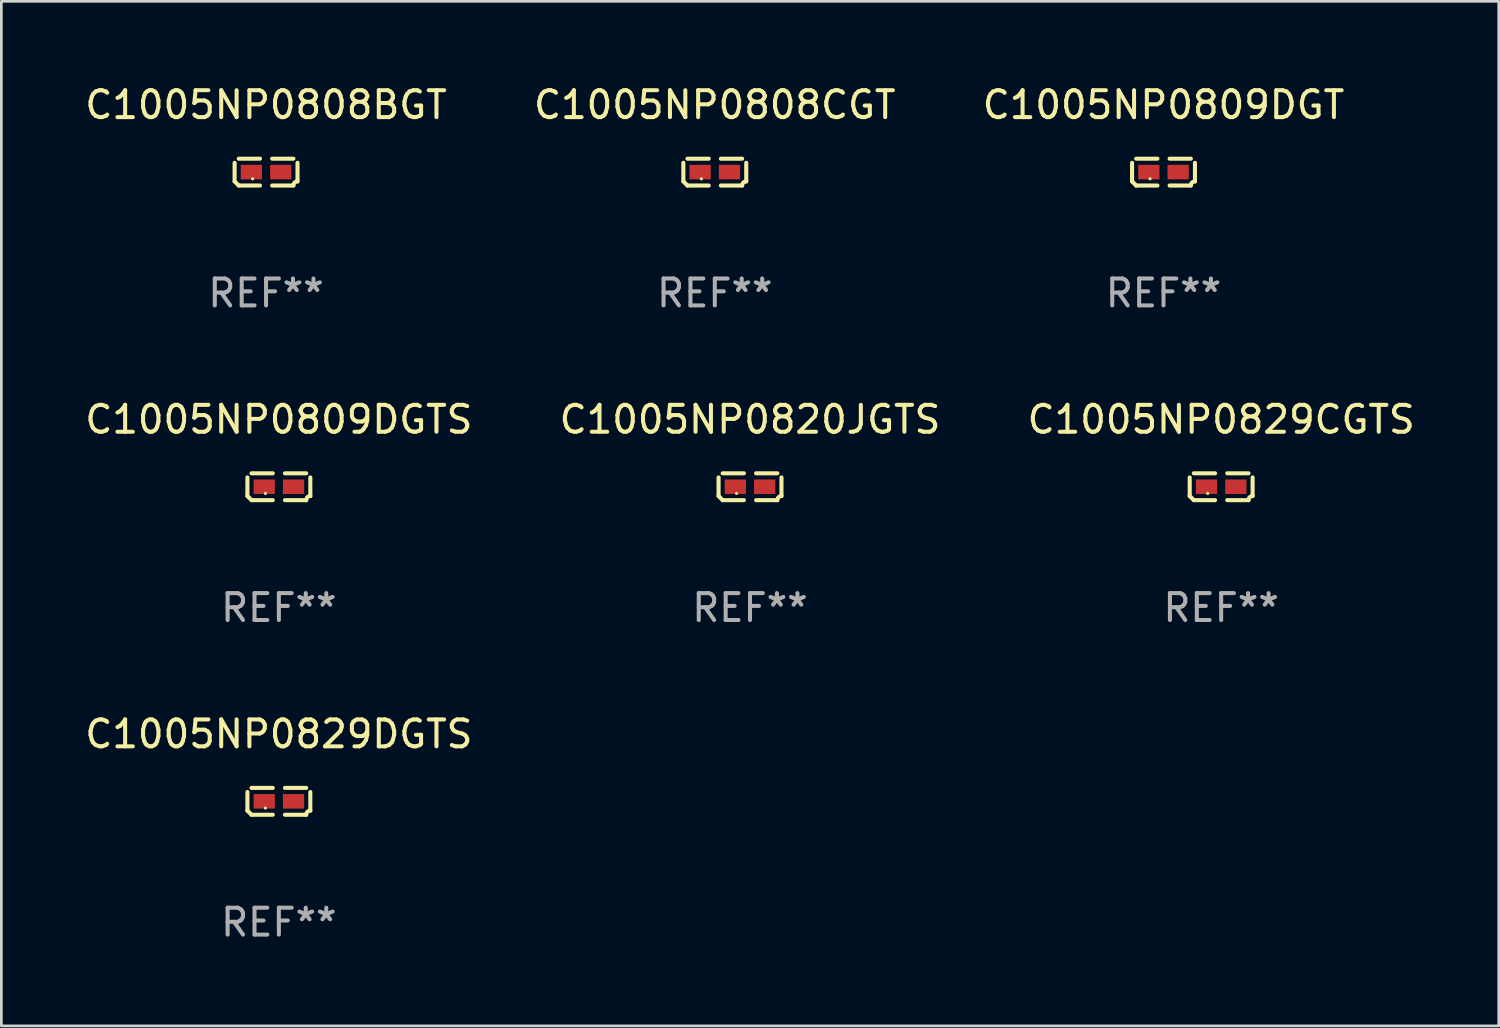
<source format=kicad_pcb>
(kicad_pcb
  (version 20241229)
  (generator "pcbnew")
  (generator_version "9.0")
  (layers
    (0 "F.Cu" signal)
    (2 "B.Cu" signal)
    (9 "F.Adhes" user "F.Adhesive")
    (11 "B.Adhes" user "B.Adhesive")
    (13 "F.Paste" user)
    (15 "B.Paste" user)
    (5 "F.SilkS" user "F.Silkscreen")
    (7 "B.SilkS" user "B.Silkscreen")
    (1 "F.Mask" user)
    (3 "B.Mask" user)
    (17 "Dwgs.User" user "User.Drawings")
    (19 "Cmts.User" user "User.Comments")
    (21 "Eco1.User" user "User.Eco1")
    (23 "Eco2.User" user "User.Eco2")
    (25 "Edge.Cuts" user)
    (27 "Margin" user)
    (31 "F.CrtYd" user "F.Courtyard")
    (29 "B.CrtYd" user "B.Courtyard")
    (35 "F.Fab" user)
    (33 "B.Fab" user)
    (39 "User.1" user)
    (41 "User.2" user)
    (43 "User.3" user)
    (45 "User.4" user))
  (footprint "C1005NP0808BGT"
    (layer "F.Cu")
    (at 6.839 3.347)
    (property "Reference" "C1005NP0808BGT" (at 0 -2.499 0) (layer "F.SilkS") (effects (font (size 1 1) (thickness 0.15))))
    (attr through_hole)
    (fp_line (start -1.169 0.346) (end -1.169 -0.346) (stroke (width 0.152) (type solid)) (layer "F.SilkS"))
    (fp_line (start -1.016 -0.499) (end -0.226 -0.499) (stroke (width 0.152) (type solid)) (layer "F.SilkS"))
    (fp_line (start -0.226 0.499) (end -1.016 0.499) (stroke (width 0.152) (type solid)) (layer "F.SilkS"))
    (fp_line (start 0.226 0.499) (end 1.016 0.499) (stroke (width 0.152) (type solid)) (layer "F.SilkS"))
    (fp_line (start 1.016 -0.499) (end 0.226 -0.499) (stroke (width 0.152) (type solid)) (layer "F.SilkS"))
    (fp_line (start 1.169 0.346) (end 1.169 -0.346) (stroke (width 0.152) (type solid)) (layer "F.SilkS"))
    (fp_arc (start -1.016307 0.498603) (mid -1.092512 0.422405) (end -1.16871 0.3462) (stroke (width 0.1524) (type solid)) (layer "F.SilkS"))
    (fp_arc (start 1.016307 0.498603) (mid 1.060899 0.390758) (end 1.168707 0.346076) (stroke (width 0.1524) (type solid)) (layer "F.SilkS"))
    (fp_circle (center -0.5 0.25) (end -0.47 0.25) (stroke (width 0.06) (type solid)) (fill no) (layer "F.SilkS"))
    (fp_text user "REF**" (at 0 4.499 0) (layer "F.Fab") (effects (font (size 1 1) (thickness 0.15))))
    (pad "1" smd rect (at -0.545 0) (size 0.79 0.54) (layers "F.Cu" "F.Mask" "F.Paste"))
    (pad "2" smd rect (at 0.545 0) (size 0.79 0.54) (layers "F.Cu" "F.Mask" "F.Paste")))
  (footprint "C1005NP0809DGTS"
    (layer "F.Cu")
    (at 7.315 15.041)
    (property "Reference" "C1005NP0809DGTS" (at 0 -2.499 0) (layer "F.SilkS") (effects (font (size 1 1) (thickness 0.15))))
    (attr through_hole)
    (fp_line (start -1.169 0.346) (end -1.169 -0.346) (stroke (width 0.152) (type solid)) (layer "F.SilkS"))
    (fp_line (start -1.016 -0.499) (end -0.226 -0.499) (stroke (width 0.152) (type solid)) (layer "F.SilkS"))
    (fp_line (start -0.226 0.499) (end -1.016 0.499) (stroke (width 0.152) (type solid)) (layer "F.SilkS"))
    (fp_line (start 0.226 0.499) (end 1.016 0.499) (stroke (width 0.152) (type solid)) (layer "F.SilkS"))
    (fp_line (start 1.016 -0.499) (end 0.226 -0.499) (stroke (width 0.152) (type solid)) (layer "F.SilkS"))
    (fp_line (start 1.169 0.346) (end 1.169 -0.346) (stroke (width 0.152) (type solid)) (layer "F.SilkS"))
    (fp_arc (start -1.016307 0.498603) (mid -1.092512 0.422405) (end -1.16871 0.3462) (stroke (width 0.1524) (type solid)) (layer "F.SilkS"))
    (fp_arc (start 1.016307 0.498603) (mid 1.060899 0.390758) (end 1.168707 0.346076) (stroke (width 0.1524) (type solid)) (layer "F.SilkS"))
    (fp_circle (center -0.5 0.25) (end -0.47 0.25) (stroke (width 0.06) (type solid)) (fill no) (layer "F.SilkS"))
    (fp_text user "REF**" (at 0 4.499 0) (layer "F.Fab") (effects (font (size 1 1) (thickness 0.15))))
    (pad "1" smd rect (at -0.545 0) (size 0.79 0.54) (layers "F.Cu" "F.Mask" "F.Paste"))
    (pad "2" smd rect (at 0.545 0) (size 0.79 0.54) (layers "F.Cu" "F.Mask" "F.Paste")))
  (footprint "C1005NP0808CGT"
    (layer "F.Cu")
    (at 23.518 3.347)
    (property "Reference" "C1005NP0808CGT" (at 0 -2.499 0) (layer "F.SilkS") (effects (font (size 1 1) (thickness 0.15))))
    (attr through_hole)
    (fp_line (start -1.169 0.346) (end -1.169 -0.346) (stroke (width 0.152) (type solid)) (layer "F.SilkS"))
    (fp_line (start -1.016 -0.499) (end -0.226 -0.499) (stroke (width 0.152) (type solid)) (layer "F.SilkS"))
    (fp_line (start -0.226 0.499) (end -1.016 0.499) (stroke (width 0.152) (type solid)) (layer "F.SilkS"))
    (fp_line (start 0.226 0.499) (end 1.016 0.499) (stroke (width 0.152) (type solid)) (layer "F.SilkS"))
    (fp_line (start 1.016 -0.499) (end 0.226 -0.499) (stroke (width 0.152) (type solid)) (layer "F.SilkS"))
    (fp_line (start 1.169 0.346) (end 1.169 -0.346) (stroke (width 0.152) (type solid)) (layer "F.SilkS"))
    (fp_arc (start -1.016307 0.498603) (mid -1.092512 0.422405) (end -1.16871 0.3462) (stroke (width 0.1524) (type solid)) (layer "F.SilkS"))
    (fp_arc (start 1.016307 0.498603) (mid 1.060899 0.390758) (end 1.168707 0.346076) (stroke (width 0.1524) (type solid)) (layer "F.SilkS"))
    (fp_circle (center -0.5 0.25) (end -0.47 0.25) (stroke (width 0.06) (type solid)) (fill no) (layer "F.SilkS"))
    (fp_text user "REF**" (at 0 4.499 0) (layer "F.Fab") (effects (font (size 1 1) (thickness 0.15))))
    (pad "1" smd rect (at -0.545 0) (size 0.79 0.54) (layers "F.Cu" "F.Mask" "F.Paste"))
    (pad "2" smd rect (at 0.545 0) (size 0.79 0.54) (layers "F.Cu" "F.Mask" "F.Paste")))
  (footprint "C1005NP0829DGTS"
    (layer "F.Cu")
    (at 7.315 26.734)
    (property "Reference" "C1005NP0829DGTS" (at 0 -2.499 0) (layer "F.SilkS") (effects (font (size 1 1) (thickness 0.15))))
    (attr through_hole)
    (fp_line (start -1.169 0.346) (end -1.169 -0.346) (stroke (width 0.152) (type solid)) (layer "F.SilkS"))
    (fp_line (start -1.016 -0.499) (end -0.226 -0.499) (stroke (width 0.152) (type solid)) (layer "F.SilkS"))
    (fp_line (start -0.226 0.499) (end -1.016 0.499) (stroke (width 0.152) (type solid)) (layer "F.SilkS"))
    (fp_line (start 0.226 0.499) (end 1.016 0.499) (stroke (width 0.152) (type solid)) (layer "F.SilkS"))
    (fp_line (start 1.016 -0.499) (end 0.226 -0.499) (stroke (width 0.152) (type solid)) (layer "F.SilkS"))
    (fp_line (start 1.169 0.346) (end 1.169 -0.346) (stroke (width 0.152) (type solid)) (layer "F.SilkS"))
    (fp_arc (start -1.016307 0.498603) (mid -1.092512 0.422405) (end -1.16871 0.3462) (stroke (width 0.1524) (type solid)) (layer "F.SilkS"))
    (fp_arc (start 1.016307 0.498603) (mid 1.060899 0.390758) (end 1.168707 0.346076) (stroke (width 0.1524) (type solid)) (layer "F.SilkS"))
    (fp_circle (center -0.5 0.25) (end -0.47 0.25) (stroke (width 0.06) (type solid)) (fill no) (layer "F.SilkS"))
    (fp_text user "REF**" (at 0 4.499 0) (layer "F.Fab") (effects (font (size 1 1) (thickness 0.15))))
    (pad "1" smd rect (at -0.545 0) (size 0.79 0.54) (layers "F.Cu" "F.Mask" "F.Paste"))
    (pad "2" smd rect (at 0.545 0) (size 0.79 0.54) (layers "F.Cu" "F.Mask" "F.Paste")))
  (footprint "C1005NP0829CGTS"
    (layer "F.Cu")
    (at 42.339 15.041)
    (property "Reference" "C1005NP0829CGTS" (at 0 -2.499 0) (layer "F.SilkS") (effects (font (size 1 1) (thickness 0.15))))
    (attr through_hole)
    (fp_line (start -1.169 0.346) (end -1.169 -0.346) (stroke (width 0.152) (type solid)) (layer "F.SilkS"))
    (fp_line (start -1.016 -0.499) (end -0.226 -0.499) (stroke (width 0.152) (type solid)) (layer "F.SilkS"))
    (fp_line (start -0.226 0.499) (end -1.016 0.499) (stroke (width 0.152) (type solid)) (layer "F.SilkS"))
    (fp_line (start 0.226 0.499) (end 1.016 0.499) (stroke (width 0.152) (type solid)) (layer "F.SilkS"))
    (fp_line (start 1.016 -0.499) (end 0.226 -0.499) (stroke (width 0.152) (type solid)) (layer "F.SilkS"))
    (fp_line (start 1.169 0.346) (end 1.169 -0.346) (stroke (width 0.152) (type solid)) (layer "F.SilkS"))
    (fp_arc (start -1.016307 0.498603) (mid -1.092512 0.422405) (end -1.16871 0.3462) (stroke (width 0.1524) (type solid)) (layer "F.SilkS"))
    (fp_arc (start 1.016307 0.498603) (mid 1.060899 0.390758) (end 1.168707 0.346076) (stroke (width 0.1524) (type solid)) (layer "F.SilkS"))
    (fp_circle (center -0.5 0.25) (end -0.47 0.25) (stroke (width 0.06) (type solid)) (fill no) (layer "F.SilkS"))
    (fp_text user "REF**" (at 0 4.499 0) (layer "F.Fab") (effects (font (size 1 1) (thickness 0.15))))
    (pad "1" smd rect (at -0.545 0) (size 0.79 0.54) (layers "F.Cu" "F.Mask" "F.Paste"))
    (pad "2" smd rect (at 0.545 0) (size 0.79 0.54) (layers "F.Cu" "F.Mask" "F.Paste")))
  (footprint "C1005NP0820JGTS"
    (layer "F.Cu")
    (at 24.827 15.041)
    (property "Reference" "C1005NP0820JGTS" (at 0 -2.499 0) (layer "F.SilkS") (effects (font (size 1 1) (thickness 0.15))))
    (attr through_hole)
    (fp_line (start -1.169 0.346) (end -1.169 -0.346) (stroke (width 0.152) (type solid)) (layer "F.SilkS"))
    (fp_line (start -1.016 -0.499) (end -0.226 -0.499) (stroke (width 0.152) (type solid)) (layer "F.SilkS"))
    (fp_line (start -0.226 0.499) (end -1.016 0.499) (stroke (width 0.152) (type solid)) (layer "F.SilkS"))
    (fp_line (start 0.226 0.499) (end 1.016 0.499) (stroke (width 0.152) (type solid)) (layer "F.SilkS"))
    (fp_line (start 1.016 -0.499) (end 0.226 -0.499) (stroke (width 0.152) (type solid)) (layer "F.SilkS"))
    (fp_line (start 1.169 0.346) (end 1.169 -0.346) (stroke (width 0.152) (type solid)) (layer "F.SilkS"))
    (fp_arc (start -1.016307 0.498603) (mid -1.092512 0.422405) (end -1.16871 0.3462) (stroke (width 0.1524) (type solid)) (layer "F.SilkS"))
    (fp_arc (start 1.016307 0.498603) (mid 1.060899 0.390758) (end 1.168707 0.346076) (stroke (width 0.1524) (type solid)) (layer "F.SilkS"))
    (fp_circle (center -0.5 0.25) (end -0.47 0.25) (stroke (width 0.06) (type solid)) (fill no) (layer "F.SilkS"))
    (fp_text user "REF**" (at 0 4.499 0) (layer "F.Fab") (effects (font (size 1 1) (thickness 0.15))))
    (pad "1" smd rect (at -0.545 0) (size 0.79 0.54) (layers "F.Cu" "F.Mask" "F.Paste"))
    (pad "2" smd rect (at 0.545 0) (size 0.79 0.54) (layers "F.Cu" "F.Mask" "F.Paste")))
  (footprint "C1005NP0809DGT"
    (layer "F.Cu")
    (at 40.196 3.347)
    (property "Reference" "C1005NP0809DGT" (at 0 -2.499 0) (layer "F.SilkS") (effects (font (size 1 1) (thickness 0.15))))
    (attr through_hole)
    (fp_line (start -1.169 0.346) (end -1.169 -0.346) (stroke (width 0.152) (type solid)) (layer "F.SilkS"))
    (fp_line (start -1.016 -0.499) (end -0.226 -0.499) (stroke (width 0.152) (type solid)) (layer "F.SilkS"))
    (fp_line (start -0.226 0.499) (end -1.016 0.499) (stroke (width 0.152) (type solid)) (layer "F.SilkS"))
    (fp_line (start 0.226 0.499) (end 1.016 0.499) (stroke (width 0.152) (type solid)) (layer "F.SilkS"))
    (fp_line (start 1.016 -0.499) (end 0.226 -0.499) (stroke (width 0.152) (type solid)) (layer "F.SilkS"))
    (fp_line (start 1.169 0.346) (end 1.169 -0.346) (stroke (width 0.152) (type solid)) (layer "F.SilkS"))
    (fp_arc (start -1.016307 0.498603) (mid -1.092512 0.422405) (end -1.16871 0.3462) (stroke (width 0.1524) (type solid)) (layer "F.SilkS"))
    (fp_arc (start 1.016307 0.498603) (mid 1.060899 0.390758) (end 1.168707 0.346076) (stroke (width 0.1524) (type solid)) (layer "F.SilkS"))
    (fp_circle (center -0.5 0.25) (end -0.47 0.25) (stroke (width 0.06) (type solid)) (fill no) (layer "F.SilkS"))
    (fp_text user "REF**" (at 0 4.499 0) (layer "F.Fab") (effects (font (size 1 1) (thickness 0.15))))
    (pad "1" smd rect (at -0.545 0) (size 0.79 0.54) (layers "F.Cu" "F.Mask" "F.Paste"))
    (pad "2" smd rect (at 0.545 0) (size 0.79 0.54) (layers "F.Cu" "F.Mask" "F.Paste")))
  (gr_rect
    (start -3 -3)
    (end 52.655 35.081)
    (stroke (width 0.1) (type default))
    (fill no)
    (layer "Edge.Cuts")))
</source>
